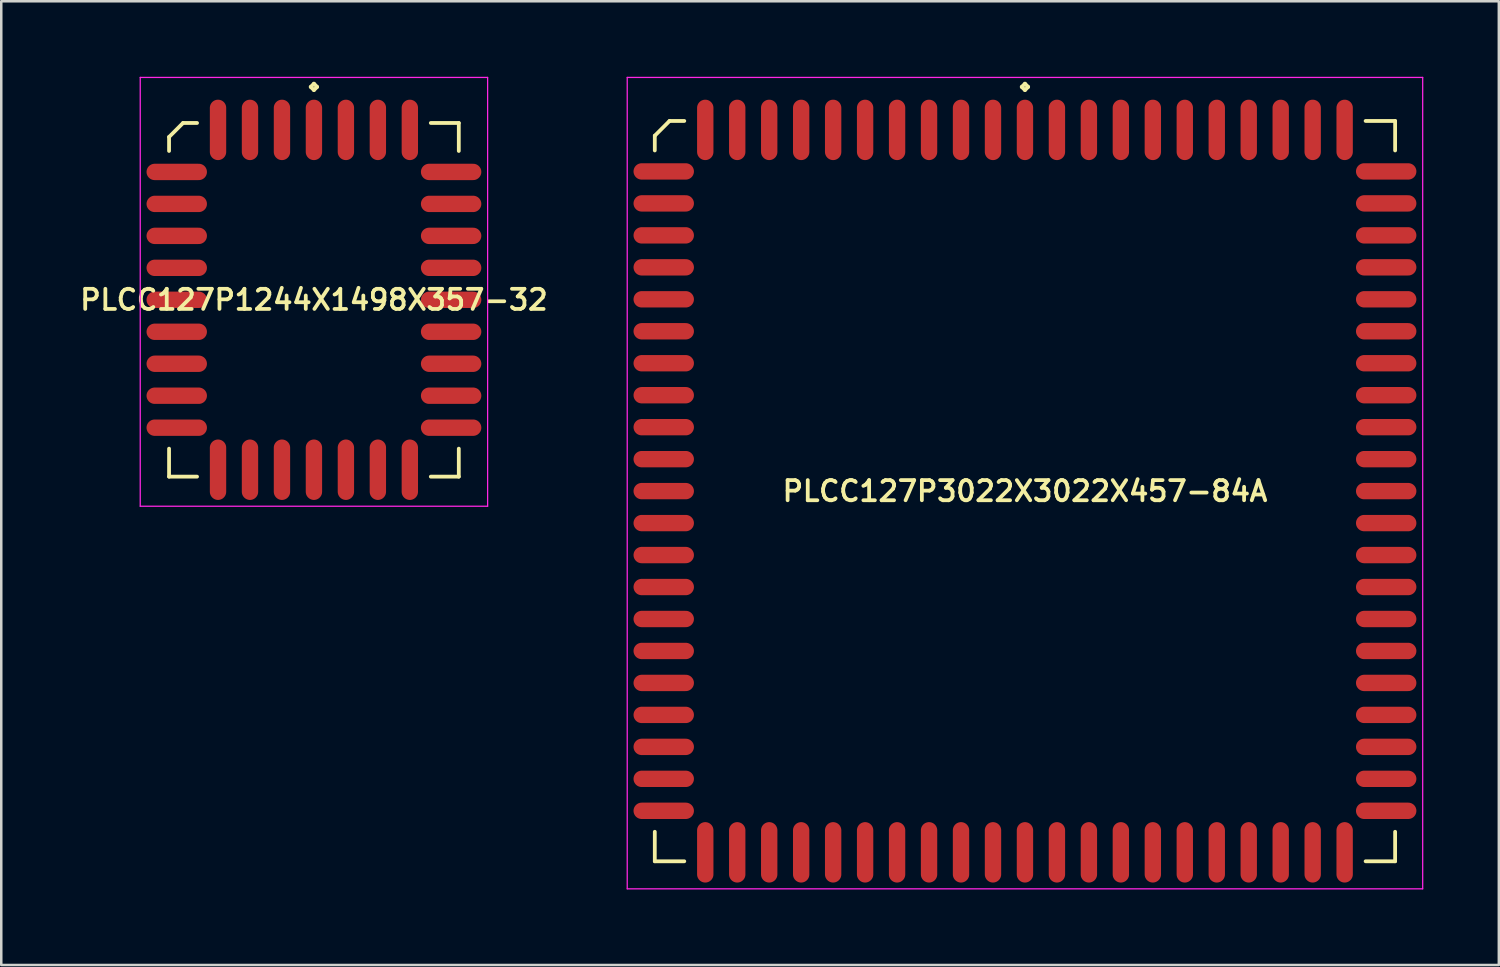
<source format=kicad_pcb>
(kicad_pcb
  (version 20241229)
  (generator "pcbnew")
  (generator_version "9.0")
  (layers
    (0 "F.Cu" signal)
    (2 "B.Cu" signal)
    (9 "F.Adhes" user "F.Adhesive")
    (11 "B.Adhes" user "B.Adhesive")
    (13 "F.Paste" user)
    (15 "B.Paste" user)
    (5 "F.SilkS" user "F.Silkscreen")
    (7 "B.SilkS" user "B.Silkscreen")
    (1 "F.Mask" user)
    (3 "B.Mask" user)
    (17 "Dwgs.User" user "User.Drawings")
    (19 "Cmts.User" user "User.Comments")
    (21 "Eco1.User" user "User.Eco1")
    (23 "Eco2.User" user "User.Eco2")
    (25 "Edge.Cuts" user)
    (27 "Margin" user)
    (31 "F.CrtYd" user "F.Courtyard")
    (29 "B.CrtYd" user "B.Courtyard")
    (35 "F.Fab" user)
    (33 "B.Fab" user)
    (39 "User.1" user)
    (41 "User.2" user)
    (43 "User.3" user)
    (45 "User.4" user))
  (footprint "PLCC127P3022X3022X457-84A"
    (layer "F.Cu")
    (at 37.667 16.46)
    (property "Reference" "PLCC127P3022X3022X457-84A" (at 0 0 0) (layer "F.SilkS") (effects (font (size 0.8 0.8) (thickness 0.15))))
    (attr smd)
    (fp_line (start -14.705 -14.119) (end -14.119 -14.705) (stroke (width 0.15) (type solid)) (layer "F.SilkS"))
    (fp_line (start -14.705 -13.533) (end -14.705 -14.119) (stroke (width 0.15) (type solid)) (layer "F.SilkS"))
    (fp_line (start -14.705 13.533) (end -14.705 14.705) (stroke (width 0.15) (type solid)) (layer "F.SilkS"))
    (fp_line (start -14.705 14.705) (end -13.533 14.705) (stroke (width 0.15) (type solid)) (layer "F.SilkS"))
    (fp_line (start -14.119 -14.705) (end -13.533 -14.705) (stroke (width 0.15) (type solid)) (layer "F.SilkS"))
    (fp_line (start -0.127 -16.058) (end 0 -16.185) (stroke (width 0.15) (type solid)) (layer "F.SilkS"))
    (fp_line (start 0 -16.185) (end 0.127 -16.058) (stroke (width 0.15) (type solid)) (layer "F.SilkS"))
    (fp_line (start 0 -15.931) (end -0.127 -16.058) (stroke (width 0.15) (type solid)) (layer "F.SilkS"))
    (fp_line (start 0.127 -16.058) (end 0 -15.931) (stroke (width 0.15) (type solid)) (layer "F.SilkS"))
    (fp_line (start 14.705 -14.705) (end 13.533 -14.705) (stroke (width 0.15) (type solid)) (layer "F.SilkS"))
    (fp_line (start 14.705 -13.533) (end 14.705 -14.705) (stroke (width 0.15) (type solid)) (layer "F.SilkS"))
    (fp_line (start 14.705 13.533) (end 14.705 14.705) (stroke (width 0.15) (type solid)) (layer "F.SilkS"))
    (fp_line (start 14.705 14.705) (end 13.533 14.705) (stroke (width 0.15) (type solid)) (layer "F.SilkS"))
    (fp_line (start -15.8 -16.435) (end 15.8 -16.435) (stroke (width 0.05) (type solid)) (layer "F.CrtYd"))
    (fp_line (start -15.8 15.8) (end -15.8 -16.435) (stroke (width 0.05) (type solid)) (layer "F.CrtYd"))
    (fp_line (start 15.8 -16.435) (end 15.8 15.8) (stroke (width 0.05) (type solid)) (layer "F.CrtYd"))
    (fp_line (start 15.8 15.8) (end -15.8 15.8) (stroke (width 0.05) (type solid)) (layer "F.CrtYd"))
    (pad "1" smd oval (at 0 -14.35) (size 0.65 2.4) (layers "F.Cu" "F.Mask" "F.Paste"))
    (pad "2" smd oval (at -1.27 -14.35) (size 0.65 2.4) (layers "F.Cu" "F.Mask" "F.Paste"))
    (pad "3" smd oval (at -2.54 -14.35) (size 0.65 2.4) (layers "F.Cu" "F.Mask" "F.Paste"))
    (pad "4" smd oval (at -3.81 -14.35) (size 0.65 2.4) (layers "F.Cu" "F.Mask" "F.Paste"))
    (pad "5" smd oval (at -5.08 -14.35) (size 0.65 2.4) (layers "F.Cu" "F.Mask" "F.Paste"))
    (pad "6" smd oval (at -6.35 -14.35) (size 0.65 2.4) (layers "F.Cu" "F.Mask" "F.Paste"))
    (pad "7" smd oval (at -7.62 -14.35) (size 0.65 2.4) (layers "F.Cu" "F.Mask" "F.Paste"))
    (pad "8" smd oval (at -8.89 -14.35) (size 0.65 2.4) (layers "F.Cu" "F.Mask" "F.Paste"))
    (pad "9" smd oval (at -10.16 -14.35) (size 0.65 2.4) (layers "F.Cu" "F.Mask" "F.Paste"))
    (pad "10" smd oval (at -11.43 -14.35) (size 0.65 2.4) (layers "F.Cu" "F.Mask" "F.Paste"))
    (pad "11" smd oval (at -12.7 -14.35) (size 0.65 2.4) (layers "F.Cu" "F.Mask" "F.Paste"))
    (pad "12" smd oval (at -14.35 -12.7) (size 2.4 0.65) (layers "F.Cu" "F.Mask" "F.Paste"))
    (pad "13" smd oval (at -14.35 -11.43) (size 2.4 0.65) (layers "F.Cu" "F.Mask" "F.Paste"))
    (pad "14" smd oval (at -14.35 -10.16) (size 2.4 0.65) (layers "F.Cu" "F.Mask" "F.Paste"))
    (pad "15" smd oval (at -14.35 -8.89) (size 2.4 0.65) (layers "F.Cu" "F.Mask" "F.Paste"))
    (pad "16" smd oval (at -14.35 -7.62) (size 2.4 0.65) (layers "F.Cu" "F.Mask" "F.Paste"))
    (pad "17" smd oval (at -14.35 -6.35) (size 2.4 0.65) (layers "F.Cu" "F.Mask" "F.Paste"))
    (pad "18" smd oval (at -14.35 -5.08) (size 2.4 0.65) (layers "F.Cu" "F.Mask" "F.Paste"))
    (pad "19" smd oval (at -14.35 -3.81) (size 2.4 0.65) (layers "F.Cu" "F.Mask" "F.Paste"))
    (pad "20" smd oval (at -14.35 -2.54) (size 2.4 0.65) (layers "F.Cu" "F.Mask" "F.Paste"))
    (pad "21" smd oval (at -14.35 -1.27) (size 2.4 0.65) (layers "F.Cu" "F.Mask" "F.Paste"))
    (pad "22" smd oval (at -14.35 0) (size 2.4 0.65) (layers "F.Cu" "F.Mask" "F.Paste"))
    (pad "23" smd oval (at -14.35 1.27) (size 2.4 0.65) (layers "F.Cu" "F.Mask" "F.Paste"))
    (pad "24" smd oval (at -14.35 2.54) (size 2.4 0.65) (layers "F.Cu" "F.Mask" "F.Paste"))
    (pad "25" smd oval (at -14.35 3.81) (size 2.4 0.65) (layers "F.Cu" "F.Mask" "F.Paste"))
    (pad "26" smd oval (at -14.35 5.08) (size 2.4 0.65) (layers "F.Cu" "F.Mask" "F.Paste"))
    (pad "27" smd oval (at -14.35 6.35) (size 2.4 0.65) (layers "F.Cu" "F.Mask" "F.Paste"))
    (pad "28" smd oval (at -14.35 7.62) (size 2.4 0.65) (layers "F.Cu" "F.Mask" "F.Paste"))
    (pad "29" smd oval (at -14.35 8.89) (size 2.4 0.65) (layers "F.Cu" "F.Mask" "F.Paste"))
    (pad "30" smd oval (at -14.35 10.16) (size 2.4 0.65) (layers "F.Cu" "F.Mask" "F.Paste"))
    (pad "31" smd oval (at -14.35 11.43) (size 2.4 0.65) (layers "F.Cu" "F.Mask" "F.Paste"))
    (pad "32" smd oval (at -14.35 12.7) (size 2.4 0.65) (layers "F.Cu" "F.Mask" "F.Paste"))
    (pad "33" smd oval (at -12.7 14.35) (size 0.65 2.4) (layers "F.Cu" "F.Mask" "F.Paste"))
    (pad "34" smd oval (at -11.43 14.35) (size 0.65 2.4) (layers "F.Cu" "F.Mask" "F.Paste"))
    (pad "35" smd oval (at -10.16 14.35) (size 0.65 2.4) (layers "F.Cu" "F.Mask" "F.Paste"))
    (pad "36" smd oval (at -8.89 14.35) (size 0.65 2.4) (layers "F.Cu" "F.Mask" "F.Paste"))
    (pad "37" smd oval (at -7.62 14.35) (size 0.65 2.4) (layers "F.Cu" "F.Mask" "F.Paste"))
    (pad "38" smd oval (at -6.35 14.35) (size 0.65 2.4) (layers "F.Cu" "F.Mask" "F.Paste"))
    (pad "39" smd oval (at -5.08 14.35) (size 0.65 2.4) (layers "F.Cu" "F.Mask" "F.Paste"))
    (pad "40" smd oval (at -3.81 14.35) (size 0.65 2.4) (layers "F.Cu" "F.Mask" "F.Paste"))
    (pad "41" smd oval (at -2.54 14.35) (size 0.65 2.4) (layers "F.Cu" "F.Mask" "F.Paste"))
    (pad "42" smd oval (at -1.27 14.35) (size 0.65 2.4) (layers "F.Cu" "F.Mask" "F.Paste"))
    (pad "43" smd oval (at 0 14.35) (size 0.65 2.4) (layers "F.Cu" "F.Mask" "F.Paste"))
    (pad "44" smd oval (at 1.27 14.35) (size 0.65 2.4) (layers "F.Cu" "F.Mask" "F.Paste"))
    (pad "45" smd oval (at 2.54 14.35) (size 0.65 2.4) (layers "F.Cu" "F.Mask" "F.Paste"))
    (pad "46" smd oval (at 3.81 14.35) (size 0.65 2.4) (layers "F.Cu" "F.Mask" "F.Paste"))
    (pad "47" smd oval (at 5.08 14.35) (size 0.65 2.4) (layers "F.Cu" "F.Mask" "F.Paste"))
    (pad "48" smd oval (at 6.35 14.35) (size 0.65 2.4) (layers "F.Cu" "F.Mask" "F.Paste"))
    (pad "49" smd oval (at 7.62 14.35) (size 0.65 2.4) (layers "F.Cu" "F.Mask" "F.Paste"))
    (pad "50" smd oval (at 8.89 14.35) (size 0.65 2.4) (layers "F.Cu" "F.Mask" "F.Paste"))
    (pad "51" smd oval (at 10.16 14.35) (size 0.65 2.4) (layers "F.Cu" "F.Mask" "F.Paste"))
    (pad "52" smd oval (at 11.43 14.35) (size 0.65 2.4) (layers "F.Cu" "F.Mask" "F.Paste"))
    (pad "53" smd oval (at 12.7 14.35) (size 0.65 2.4) (layers "F.Cu" "F.Mask" "F.Paste"))
    (pad "54" smd oval (at 14.35 12.7) (size 2.4 0.65) (layers "F.Cu" "F.Mask" "F.Paste"))
    (pad "55" smd oval (at 14.35 11.43) (size 2.4 0.65) (layers "F.Cu" "F.Mask" "F.Paste"))
    (pad "56" smd oval (at 14.35 10.16) (size 2.4 0.65) (layers "F.Cu" "F.Mask" "F.Paste"))
    (pad "57" smd oval (at 14.35 8.89) (size 2.4 0.65) (layers "F.Cu" "F.Mask" "F.Paste"))
    (pad "58" smd oval (at 14.35 7.62) (size 2.4 0.65) (layers "F.Cu" "F.Mask" "F.Paste"))
    (pad "59" smd oval (at 14.35 6.35) (size 2.4 0.65) (layers "F.Cu" "F.Mask" "F.Paste"))
    (pad "60" smd oval (at 14.35 5.08) (size 2.4 0.65) (layers "F.Cu" "F.Mask" "F.Paste"))
    (pad "61" smd oval (at 14.35 3.81) (size 2.4 0.65) (layers "F.Cu" "F.Mask" "F.Paste"))
    (pad "62" smd oval (at 14.35 2.54) (size 2.4 0.65) (layers "F.Cu" "F.Mask" "F.Paste"))
    (pad "63" smd oval (at 14.35 1.27) (size 2.4 0.65) (layers "F.Cu" "F.Mask" "F.Paste"))
    (pad "64" smd oval (at 14.35 0) (size 2.4 0.65) (layers "F.Cu" "F.Mask" "F.Paste"))
    (pad "65" smd oval (at 14.35 -1.27) (size 2.4 0.65) (layers "F.Cu" "F.Mask" "F.Paste"))
    (pad "66" smd oval (at 14.35 -2.54) (size 2.4 0.65) (layers "F.Cu" "F.Mask" "F.Paste"))
    (pad "67" smd oval (at 14.35 -3.81) (size 2.4 0.65) (layers "F.Cu" "F.Mask" "F.Paste"))
    (pad "68" smd oval (at 14.35 -5.08) (size 2.4 0.65) (layers "F.Cu" "F.Mask" "F.Paste"))
    (pad "69" smd oval (at 14.35 -6.35) (size 2.4 0.65) (layers "F.Cu" "F.Mask" "F.Paste"))
    (pad "70" smd oval (at 14.35 -7.62) (size 2.4 0.65) (layers "F.Cu" "F.Mask" "F.Paste"))
    (pad "71" smd oval (at 14.35 -8.89) (size 2.4 0.65) (layers "F.Cu" "F.Mask" "F.Paste"))
    (pad "72" smd oval (at 14.35 -10.16) (size 2.4 0.65) (layers "F.Cu" "F.Mask" "F.Paste"))
    (pad "73" smd oval (at 14.35 -11.43) (size 2.4 0.65) (layers "F.Cu" "F.Mask" "F.Paste"))
    (pad "74" smd oval (at 14.35 -12.7) (size 2.4 0.65) (layers "F.Cu" "F.Mask" "F.Paste"))
    (pad "75" smd oval (at 12.7 -14.35) (size 0.65 2.4) (layers "F.Cu" "F.Mask" "F.Paste"))
    (pad "76" smd oval (at 11.43 -14.35) (size 0.65 2.4) (layers "F.Cu" "F.Mask" "F.Paste"))
    (pad "77" smd oval (at 10.16 -14.35) (size 0.65 2.4) (layers "F.Cu" "F.Mask" "F.Paste"))
    (pad "78" smd oval (at 8.89 -14.35) (size 0.65 2.4) (layers "F.Cu" "F.Mask" "F.Paste"))
    (pad "79" smd oval (at 7.62 -14.35) (size 0.65 2.4) (layers "F.Cu" "F.Mask" "F.Paste"))
    (pad "80" smd oval (at 6.35 -14.35) (size 0.65 2.4) (layers "F.Cu" "F.Mask" "F.Paste"))
    (pad "81" smd oval (at 5.08 -14.35) (size 0.65 2.4) (layers "F.Cu" "F.Mask" "F.Paste"))
    (pad "82" smd oval (at 3.81 -14.35) (size 0.65 2.4) (layers "F.Cu" "F.Mask" "F.Paste"))
    (pad "83" smd oval (at 2.54 -14.35) (size 0.65 2.4) (layers "F.Cu" "F.Mask" "F.Paste"))
    (pad "84" smd oval (at 1.27 -14.35) (size 0.65 2.4) (layers "F.Cu" "F.Mask" "F.Paste")))
  (footprint "PLCC127P1244X1498X357-32"
    (layer "F.Cu")
    (at 9.421 8.86)
    (property "Reference" "PLCC127P1244X1498X357-32" (at 0 0 0) (layer "F.SilkS") (effects (font (size 0.8 0.8) (thickness 0.15))))
    (attr smd)
    (fp_line (start -5.755 -6.469) (end -5.199 -7.025) (stroke (width 0.15) (type solid)) (layer "F.SilkS"))
    (fp_line (start -5.755 -5.913) (end -5.755 -6.469) (stroke (width 0.15) (type solid)) (layer "F.SilkS"))
    (fp_line (start -5.755 5.913) (end -5.755 7.025) (stroke (width 0.15) (type solid)) (layer "F.SilkS"))
    (fp_line (start -5.755 7.025) (end -4.643 7.025) (stroke (width 0.15) (type solid)) (layer "F.SilkS"))
    (fp_line (start -5.199 -7.025) (end -4.643 -7.025) (stroke (width 0.15) (type solid)) (layer "F.SilkS"))
    (fp_line (start -0.127 -8.458) (end 0 -8.585) (stroke (width 0.15) (type solid)) (layer "F.SilkS"))
    (fp_line (start 0 -8.585) (end 0.127 -8.458) (stroke (width 0.15) (type solid)) (layer "F.SilkS"))
    (fp_line (start 0 -8.331) (end -0.127 -8.458) (stroke (width 0.15) (type solid)) (layer "F.SilkS"))
    (fp_line (start 0.127 -8.458) (end 0 -8.331) (stroke (width 0.15) (type solid)) (layer "F.SilkS"))
    (fp_line (start 5.755 -7.025) (end 4.643 -7.025) (stroke (width 0.15) (type solid)) (layer "F.SilkS"))
    (fp_line (start 5.755 -5.913) (end 5.755 -7.025) (stroke (width 0.15) (type solid)) (layer "F.SilkS"))
    (fp_line (start 5.755 5.913) (end 5.755 7.025) (stroke (width 0.15) (type solid)) (layer "F.SilkS"))
    (fp_line (start 5.755 7.025) (end 4.643 7.025) (stroke (width 0.15) (type solid)) (layer "F.SilkS"))
    (fp_line (start -6.9 -8.835) (end 6.9 -8.835) (stroke (width 0.05) (type solid)) (layer "F.CrtYd"))
    (fp_line (start -6.9 8.2) (end -6.9 -8.835) (stroke (width 0.05) (type solid)) (layer "F.CrtYd"))
    (fp_line (start 6.9 -8.835) (end 6.9 8.2) (stroke (width 0.05) (type solid)) (layer "F.CrtYd"))
    (fp_line (start 6.9 8.2) (end -6.9 8.2) (stroke (width 0.05) (type solid)) (layer "F.CrtYd"))
    (pad "1" smd oval (at 0 -6.75) (size 0.65 2.4) (layers "F.Cu" "F.Mask" "F.Paste"))
    (pad "2" smd oval (at -1.27 -6.75) (size 0.65 2.4) (layers "F.Cu" "F.Mask" "F.Paste"))
    (pad "3" smd oval (at -2.54 -6.75) (size 0.65 2.4) (layers "F.Cu" "F.Mask" "F.Paste"))
    (pad "4" smd oval (at -3.81 -6.75) (size 0.65 2.4) (layers "F.Cu" "F.Mask" "F.Paste"))
    (pad "5" smd oval (at -5.45 -5.08) (size 2.4 0.65) (layers "F.Cu" "F.Mask" "F.Paste"))
    (pad "6" smd oval (at -5.45 -3.81) (size 2.4 0.65) (layers "F.Cu" "F.Mask" "F.Paste"))
    (pad "7" smd oval (at -5.45 -2.54) (size 2.4 0.65) (layers "F.Cu" "F.Mask" "F.Paste"))
    (pad "8" smd oval (at -5.45 -1.27) (size 2.4 0.65) (layers "F.Cu" "F.Mask" "F.Paste"))
    (pad "9" smd oval (at -5.45 0) (size 2.4 0.65) (layers "F.Cu" "F.Mask" "F.Paste"))
    (pad "10" smd oval (at -5.45 1.27) (size 2.4 0.65) (layers "F.Cu" "F.Mask" "F.Paste"))
    (pad "11" smd oval (at -5.45 2.54) (size 2.4 0.65) (layers "F.Cu" "F.Mask" "F.Paste"))
    (pad "12" smd oval (at -5.45 3.81) (size 2.4 0.65) (layers "F.Cu" "F.Mask" "F.Paste"))
    (pad "13" smd oval (at -5.45 5.08) (size 2.4 0.65) (layers "F.Cu" "F.Mask" "F.Paste"))
    (pad "14" smd oval (at -3.81 6.75) (size 0.65 2.4) (layers "F.Cu" "F.Mask" "F.Paste"))
    (pad "15" smd oval (at -2.54 6.75) (size 0.65 2.4) (layers "F.Cu" "F.Mask" "F.Paste"))
    (pad "16" smd oval (at -1.27 6.75) (size 0.65 2.4) (layers "F.Cu" "F.Mask" "F.Paste"))
    (pad "17" smd oval (at 0 6.75) (size 0.65 2.4) (layers "F.Cu" "F.Mask" "F.Paste"))
    (pad "18" smd oval (at 1.27 6.75) (size 0.65 2.4) (layers "F.Cu" "F.Mask" "F.Paste"))
    (pad "19" smd oval (at 2.54 6.75) (size 0.65 2.4) (layers "F.Cu" "F.Mask" "F.Paste"))
    (pad "20" smd oval (at 3.81 6.75) (size 0.65 2.4) (layers "F.Cu" "F.Mask" "F.Paste"))
    (pad "21" smd oval (at 5.45 5.08) (size 2.4 0.65) (layers "F.Cu" "F.Mask" "F.Paste"))
    (pad "22" smd oval (at 5.45 3.81) (size 2.4 0.65) (layers "F.Cu" "F.Mask" "F.Paste"))
    (pad "23" smd oval (at 5.45 2.54) (size 2.4 0.65) (layers "F.Cu" "F.Mask" "F.Paste"))
    (pad "24" smd oval (at 5.45 1.27) (size 2.4 0.65) (layers "F.Cu" "F.Mask" "F.Paste"))
    (pad "25" smd oval (at 5.45 0) (size 2.4 0.65) (layers "F.Cu" "F.Mask" "F.Paste"))
    (pad "26" smd oval (at 5.45 -1.27) (size 2.4 0.65) (layers "F.Cu" "F.Mask" "F.Paste"))
    (pad "27" smd oval (at 5.45 -2.54) (size 2.4 0.65) (layers "F.Cu" "F.Mask" "F.Paste"))
    (pad "28" smd oval (at 5.45 -3.81) (size 2.4 0.65) (layers "F.Cu" "F.Mask" "F.Paste"))
    (pad "29" smd oval (at 5.45 -5.08) (size 2.4 0.65) (layers "F.Cu" "F.Mask" "F.Paste"))
    (pad "30" smd oval (at 3.81 -6.75) (size 0.65 2.4) (layers "F.Cu" "F.Mask" "F.Paste"))
    (pad "31" smd oval (at 2.54 -6.75) (size 0.65 2.4) (layers "F.Cu" "F.Mask" "F.Paste"))
    (pad "32" smd oval (at 1.27 -6.75) (size 0.65 2.4) (layers "F.Cu" "F.Mask" "F.Paste")))
  (gr_rect
    (start -3 -3)
    (end 56.492 35.285)
    (stroke (width 0.1) (type default))
    (fill no)
    (layer "Edge.Cuts")))
</source>
